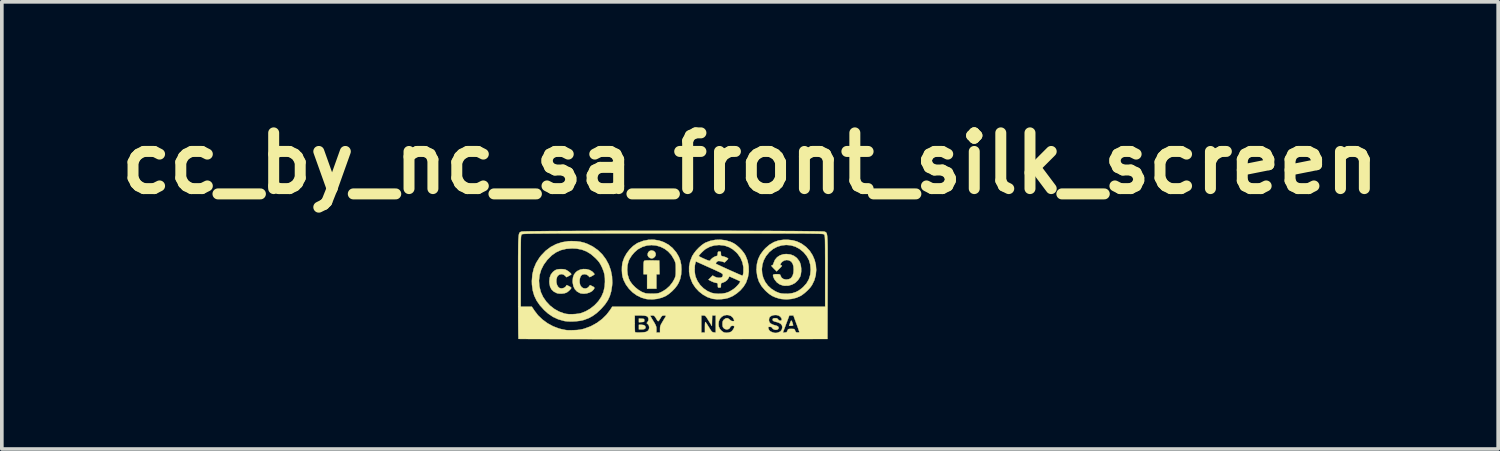
<source format=kicad_pcb>
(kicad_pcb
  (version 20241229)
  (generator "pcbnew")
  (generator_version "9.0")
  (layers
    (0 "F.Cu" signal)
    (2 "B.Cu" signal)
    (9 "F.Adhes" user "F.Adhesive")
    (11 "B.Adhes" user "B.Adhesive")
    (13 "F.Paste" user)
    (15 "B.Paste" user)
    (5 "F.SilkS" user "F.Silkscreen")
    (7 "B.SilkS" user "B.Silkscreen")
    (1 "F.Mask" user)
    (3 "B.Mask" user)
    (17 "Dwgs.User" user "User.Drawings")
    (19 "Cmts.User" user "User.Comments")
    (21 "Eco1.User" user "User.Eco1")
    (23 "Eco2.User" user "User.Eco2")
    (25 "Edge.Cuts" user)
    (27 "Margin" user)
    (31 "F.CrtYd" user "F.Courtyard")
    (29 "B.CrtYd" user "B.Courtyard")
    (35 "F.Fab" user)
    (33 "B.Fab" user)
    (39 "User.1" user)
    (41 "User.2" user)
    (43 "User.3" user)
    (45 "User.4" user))
  (footprint "cc_by_nc_sa_front_silk_screen"
    (layer "F.Cu")
    (at 15.353 4.745)
    (property "Reference" "cc_by_nc_sa_front_silk_screen" (at 2.108 -3.327 180) (layer "F.SilkS") (effects (font (size 1.524 1.524) (thickness 0.3))))
    (attr through_hole)
    (fp_poly (pts (xy -0.857 0.92) (xy -0.814 0.923) (xy -0.792 0.93) (xy -0.784 0.945) (xy -0.783 0.967) (xy -0.785 0.991) (xy -0.794 1.004) (xy -0.819 1.01) (xy -0.857 1.013) (xy -0.931 1.017) (xy -0.931 0.916) (xy -0.857 0.92)) (stroke (width 0.01) (type solid)) (fill yes) (layer "F.SilkS"))
    (fp_poly (pts (xy -0.801 1.094) (xy -0.763 1.116) (xy -0.748 1.151) (xy -0.748 1.155) (xy -0.757 1.187) (xy -0.787 1.206) (xy -0.84 1.213) (xy -0.857 1.214) (xy -0.931 1.214) (xy -0.931 1.087) (xy -0.862 1.087) (xy -0.801 1.094)) (stroke (width 0.01) (type solid)) (fill yes) (layer "F.SilkS"))
    (fp_poly (pts (xy 3.254 0.994) (xy 3.265 1.024) (xy 3.278 1.065) (xy 3.286 1.095) (xy 3.288 1.103) (xy 3.275 1.11) (xy 3.244 1.115) (xy 3.232 1.115) (xy 3.176 1.115) (xy 3.196 1.058) (xy 3.216 1.005) (xy 3.23 0.977) (xy 3.242 0.974) (xy 3.254 0.994)) (stroke (width 0.01) (type solid)) (fill yes) (layer "F.SilkS"))
    (fp_poly (pts (xy -0.532 -0.934) (xy -0.494 -0.905) (xy -0.473 -0.864) (xy -0.472 -0.818) (xy -0.494 -0.775) (xy -0.496 -0.772) (xy -0.539 -0.737) (xy -0.584 -0.728) (xy -0.629 -0.74) (xy -0.67 -0.77) (xy -0.69 -0.81) (xy -0.69 -0.855) (xy -0.674 -0.897) (xy -0.642 -0.929) (xy -0.595 -0.945) (xy -0.583 -0.945) (xy -0.532 -0.934)) (stroke (width 0.01) (type solid)) (fill yes) (layer "F.SilkS"))
    (fp_poly (pts (xy -0.57 -0.674) (xy -0.374 -0.67) (xy -0.37 -0.483) (xy -0.366 -0.296) (xy -0.452 -0.296) (xy -0.452 0.099) (xy -0.706 0.099) (xy -0.706 -0.296) (xy -0.804 -0.296) (xy -0.804 -0.471) (xy -0.803 -0.551) (xy -0.801 -0.606) (xy -0.795 -0.641) (xy -0.787 -0.659) (xy -0.785 -0.662) (xy -0.761 -0.669) (xy -0.711 -0.674) (xy -0.635 -0.675) (xy -0.57 -0.674)) (stroke (width 0.01) (type solid)) (fill yes) (layer "F.SilkS"))
    (fp_poly (pts (xy -2.364 -0.434) (xy -2.281 -0.412) (xy -2.211 -0.372) (xy -2.195 -0.357) (xy -2.166 -0.327) (xy -2.148 -0.303) (xy -2.145 -0.296) (xy -2.156 -0.283) (xy -2.186 -0.263) (xy -2.211 -0.249) (xy -2.278 -0.215) (xy -2.316 -0.256) (xy -2.363 -0.287) (xy -2.421 -0.298) (xy -2.478 -0.285) (xy -2.486 -0.281) (xy -2.518 -0.249) (xy -2.54 -0.199) (xy -2.552 -0.136) (xy -2.552 -0.071) (xy -2.539 -0.009) (xy -2.529 0.014) (xy -2.493 0.062) (xy -2.444 0.089) (xy -2.391 0.095) (xy -2.339 0.079) (xy -2.298 0.043) (xy -2.268 0.002) (xy -2.207 0.032) (xy -2.166 0.053) (xy -2.149 0.071) (xy -2.151 0.092) (xy -2.168 0.121) (xy -2.214 0.168) (xy -2.279 0.204) (xy -2.356 0.228) (xy -2.437 0.237) (xy -2.515 0.229) (xy -2.545 0.22) (xy -2.623 0.177) (xy -2.682 0.114) (xy -2.722 0.032) (xy -2.741 -0.066) (xy -2.743 -0.107) (xy -2.733 -0.206) (xy -2.705 -0.285) (xy -2.655 -0.35) (xy -2.613 -0.384) (xy -2.537 -0.421) (xy -2.452 -0.437) (xy -2.364 -0.434)) (stroke (width 0.01) (type solid)) (fill yes) (layer "F.SilkS"))
    (fp_poly (pts (xy -2.974 -0.43) (xy -2.942 -0.423) (xy -2.907 -0.406) (xy -2.866 -0.38) (xy -2.826 -0.349) (xy -2.795 -0.32) (xy -2.78 -0.298) (xy -2.78 -0.295) (xy -2.791 -0.282) (xy -2.821 -0.263) (xy -2.846 -0.249) (xy -2.913 -0.215) (xy -2.951 -0.256) (xy -2.999 -0.289) (xy -3.052 -0.299) (xy -3.104 -0.287) (xy -3.148 -0.253) (xy -3.169 -0.218) (xy -3.187 -0.15) (xy -3.188 -0.079) (xy -3.173 -0.012) (xy -3.145 0.043) (xy -3.105 0.08) (xy -3.099 0.083) (xy -3.049 0.093) (xy -2.994 0.083) (xy -2.947 0.057) (xy -2.927 0.035) (xy -2.905 0.001) (xy -2.842 0.032) (xy -2.806 0.052) (xy -2.784 0.071) (xy -2.78 0.078) (xy -2.79 0.099) (xy -2.817 0.131) (xy -2.852 0.164) (xy -2.89 0.194) (xy -2.912 0.207) (xy -2.964 0.225) (xy -3.031 0.234) (xy -3.101 0.235) (xy -3.162 0.226) (xy -3.177 0.221) (xy -3.259 0.179) (xy -3.32 0.121) (xy -3.359 0.046) (xy -3.377 -0.047) (xy -3.38 -0.099) (xy -3.37 -0.201) (xy -3.339 -0.285) (xy -3.287 -0.353) (xy -3.248 -0.386) (xy -3.208 -0.411) (xy -3.169 -0.426) (xy -3.118 -0.433) (xy -3.091 -0.435) (xy -3.03 -0.435) (xy -2.974 -0.43)) (stroke (width 0.01) (type solid)) (fill yes) (layer "F.SilkS"))
    (fp_poly (pts (xy 3.213 -0.836) (xy 3.308 -0.799) (xy 3.388 -0.74) (xy 3.452 -0.657) (xy 3.474 -0.614) (xy 3.496 -0.543) (xy 3.507 -0.457) (xy 3.507 -0.368) (xy 3.496 -0.285) (xy 3.477 -0.225) (xy 3.42 -0.134) (xy 3.345 -0.061) (xy 3.255 -0.011) (xy 3.155 0.017) (xy 3.049 0.019) (xy 3.008 0.013) (xy 2.92 -0.018) (xy 2.843 -0.072) (xy 2.783 -0.146) (xy 2.758 -0.194) (xy 2.74 -0.243) (xy 2.737 -0.274) (xy 2.754 -0.289) (xy 2.793 -0.296) (xy 2.834 -0.296) (xy 2.885 -0.296) (xy 2.915 -0.292) (xy 2.931 -0.283) (xy 2.94 -0.265) (xy 2.944 -0.252) (xy 2.972 -0.199) (xy 3.021 -0.165) (xy 3.088 -0.15) (xy 3.103 -0.15) (xy 3.176 -0.161) (xy 3.232 -0.194) (xy 3.271 -0.25) (xy 3.295 -0.328) (xy 3.302 -0.42) (xy 3.296 -0.51) (xy 3.277 -0.578) (xy 3.244 -0.629) (xy 3.23 -0.644) (xy 3.174 -0.676) (xy 3.11 -0.685) (xy 3.046 -0.672) (xy 2.99 -0.638) (xy 2.971 -0.62) (xy 2.943 -0.578) (xy 2.937 -0.55) (xy 2.955 -0.537) (xy 2.967 -0.536) (xy 2.98 -0.534) (xy 2.979 -0.524) (xy 2.963 -0.502) (xy 2.928 -0.466) (xy 2.917 -0.455) (xy 2.836 -0.374) (xy 2.755 -0.455) (xy 2.716 -0.496) (xy 2.696 -0.52) (xy 2.692 -0.533) (xy 2.703 -0.536) (xy 2.704 -0.536) (xy 2.725 -0.543) (xy 2.741 -0.567) (xy 2.752 -0.599) (xy 2.79 -0.689) (xy 2.849 -0.76) (xy 2.926 -0.811) (xy 3.019 -0.841) (xy 3.102 -0.848) (xy 3.213 -0.836)) (stroke (width 0.01) (type solid)) (fill yes) (layer "F.SilkS"))
    (fp_poly (pts (xy 3.144 -1.238) (xy 3.273 -1.223) (xy 3.386 -1.193) (xy 3.494 -1.143) (xy 3.525 -1.126) (xy 3.643 -1.039) (xy 3.741 -0.935) (xy 3.818 -0.816) (xy 3.874 -0.687) (xy 3.908 -0.551) (xy 3.918 -0.411) (xy 3.905 -0.27) (xy 3.867 -0.132) (xy 3.803 0.000219) (xy 3.802 0.002) (xy 3.751 0.072) (xy 3.682 0.146) (xy 3.605 0.216) (xy 3.527 0.275) (xy 3.495 0.295) (xy 3.377 0.348) (xy 3.244 0.38) (xy 3.106 0.392) (xy 2.968 0.382) (xy 2.898 0.367) (xy 2.801 0.337) (xy 2.718 0.3) (xy 2.641 0.25) (xy 2.561 0.183) (xy 2.516 0.139) (xy 2.421 0.027) (xy 2.351 -0.097) (xy 2.307 -0.233) (xy 2.287 -0.382) (xy 2.286 -0.432) (xy 2.286 -0.432) (xy 2.431 -0.432) (xy 2.44 -0.311) (xy 2.471 -0.194) (xy 2.524 -0.083) (xy 2.598 0.017) (xy 2.692 0.104) (xy 2.805 0.175) (xy 2.9 0.215) (xy 2.971 0.231) (xy 3.06 0.238) (xy 3.154 0.237) (xy 3.243 0.226) (xy 3.281 0.218) (xy 3.366 0.19) (xy 3.443 0.149) (xy 3.522 0.09) (xy 3.562 0.055) (xy 3.652 -0.044) (xy 3.716 -0.155) (xy 3.754 -0.279) (xy 3.767 -0.415) (xy 3.767 -0.421) (xy 3.756 -0.556) (xy 3.723 -0.676) (xy 3.664 -0.786) (xy 3.58 -0.89) (xy 3.564 -0.906) (xy 3.46 -0.99) (xy 3.346 -1.05) (xy 3.224 -1.086) (xy 3.099 -1.097) (xy 2.974 -1.084) (xy 2.852 -1.047) (xy 2.738 -0.986) (xy 2.635 -0.901) (xy 2.632 -0.898) (xy 2.544 -0.79) (xy 2.482 -0.675) (xy 2.445 -0.555) (xy 2.431 -0.432) (xy 2.286 -0.432) (xy 2.297 -0.576) (xy 2.331 -0.708) (xy 2.389 -0.83) (xy 2.474 -0.946) (xy 2.532 -1.009) (xy 2.644 -1.105) (xy 2.762 -1.174) (xy 2.889 -1.219) (xy 3.029 -1.238) (xy 3.144 -1.238)) (stroke (width 0.01) (type solid)) (fill yes) (layer "F.SilkS"))
    (fp_poly (pts (xy -0.382 -1.218) (xy -0.248 -1.172) (xy -0.123 -1.104) (xy -0.012 -1.013) (xy 0.084 -0.9) (xy 0.097 -0.882) (xy 0.159 -0.777) (xy 0.2 -0.673) (xy 0.224 -0.562) (xy 0.232 -0.436) (xy 0.232 -0.423) (xy 0.224 -0.287) (xy 0.199 -0.168) (xy 0.155 -0.06) (xy 0.116 0.008) (xy 0.054 0.089) (xy -0.025 0.17) (xy -0.111 0.243) (xy -0.188 0.295) (xy -0.301 0.345) (xy -0.428 0.378) (xy -0.563 0.392) (xy -0.697 0.386) (xy -0.734 0.381) (xy -0.863 0.344) (xy -0.987 0.284) (xy -1.101 0.202) (xy -1.201 0.102) (xy -1.285 -0.012) (xy -1.348 -0.136) (xy -1.376 -0.222) (xy -1.39 -0.302) (xy -1.396 -0.398) (xy -1.396 -0.415) (xy -1.251 -0.415) (xy -1.239 -0.291) (xy -1.205 -0.174) (xy -1.173 -0.106) (xy -1.112 -0.021) (xy -1.034 0.06) (xy -0.944 0.132) (xy -0.851 0.188) (xy -0.759 0.223) (xy -0.753 0.225) (xy -0.716 0.23) (xy -0.659 0.234) (xy -0.592 0.236) (xy -0.549 0.236) (xy -0.48 0.234) (xy -0.431 0.229) (xy -0.391 0.221) (xy -0.352 0.207) (xy -0.305 0.185) (xy -0.295 0.18) (xy -0.187 0.113) (xy -0.089 0.025) (xy -0.009 -0.078) (xy 0.032 -0.151) (xy 0.051 -0.192) (xy 0.064 -0.227) (xy 0.072 -0.262) (xy 0.076 -0.304) (xy 0.077 -0.361) (xy 0.078 -0.423) (xy 0.077 -0.497) (xy 0.076 -0.551) (xy 0.071 -0.591) (xy 0.062 -0.625) (xy 0.048 -0.661) (xy 0.026 -0.707) (xy 0.026 -0.707) (xy -0.043 -0.822) (xy -0.13 -0.917) (xy -0.231 -0.993) (xy -0.344 -1.048) (xy -0.463 -1.082) (xy -0.587 -1.093) (xy -0.712 -1.081) (xy -0.834 -1.044) (xy -0.949 -0.983) (xy -0.974 -0.965) (xy -1.055 -0.893) (xy -1.129 -0.805) (xy -1.188 -0.711) (xy -1.213 -0.655) (xy -1.243 -0.539) (xy -1.251 -0.415) (xy -1.396 -0.415) (xy -1.394 -0.498) (xy -1.384 -0.588) (xy -1.375 -0.627) (xy -1.332 -0.748) (xy -1.266 -0.866) (xy -1.184 -0.973) (xy -1.09 -1.066) (xy -0.988 -1.137) (xy -0.956 -1.154) (xy -0.813 -1.208) (xy -0.668 -1.237) (xy -0.523 -1.24) (xy -0.382 -1.218)) (stroke (width 0.01) (type solid)) (fill yes) (layer "F.SilkS"))
    (fp_poly (pts (xy -2.647 -1.197) (xy -2.531 -1.183) (xy -2.423 -1.156) (xy -2.343 -1.127) (xy -2.19 -1.051) (xy -2.052 -0.954) (xy -1.933 -0.838) (xy -1.834 -0.705) (xy -1.755 -0.559) (xy -1.699 -0.401) (xy -1.666 -0.234) (xy -1.659 -0.06) (xy -1.665 0.02) (xy -1.688 0.169) (xy -1.726 0.3) (xy -1.782 0.419) (xy -1.859 0.533) (xy -1.96 0.648) (xy -1.982 0.67) (xy -2.089 0.769) (xy -2.194 0.845) (xy -2.302 0.904) (xy -2.421 0.949) (xy -2.455 0.96) (xy -2.545 0.979) (xy -2.651 0.991) (xy -2.762 0.997) (xy -2.87 0.995) (xy -2.963 0.985) (xy -2.979 0.981) (xy -3.137 0.937) (xy -3.281 0.87) (xy -3.416 0.778) (xy -3.521 0.684) (xy -3.637 0.556) (xy -3.727 0.427) (xy -3.792 0.292) (xy -3.834 0.147) (xy -3.855 -0.011) (xy -3.858 -0.113) (xy -3.857 -0.123) (xy -3.664 -0.123) (xy -3.654 0.029) (xy -3.616 0.182) (xy -3.613 0.193) (xy -3.551 0.327) (xy -3.466 0.451) (xy -3.362 0.562) (xy -3.242 0.655) (xy -3.11 0.728) (xy -2.97 0.778) (xy -2.914 0.79) (xy -2.845 0.797) (xy -2.759 0.798) (xy -2.668 0.793) (xy -2.582 0.783) (xy -2.513 0.769) (xy -2.512 0.768) (xy -2.386 0.719) (xy -2.262 0.647) (xy -2.15 0.559) (xy -2.145 0.555) (xy -2.037 0.44) (xy -1.956 0.318) (xy -1.9 0.188) (xy -1.868 0.045) (xy -1.859 -0.085) (xy -1.861 -0.193) (xy -1.872 -0.284) (xy -1.894 -0.369) (xy -1.929 -0.459) (xy -1.951 -0.507) (xy -1.984 -0.571) (xy -2.019 -0.626) (xy -2.063 -0.679) (xy -2.122 -0.74) (xy -2.239 -0.842) (xy -2.361 -0.918) (xy -2.491 -0.968) (xy -2.634 -0.996) (xy -2.756 -1.002) (xy -2.918 -0.99) (xy -3.064 -0.955) (xy -3.196 -0.895) (xy -3.314 -0.812) (xy -3.317 -0.809) (xy -3.438 -0.687) (xy -3.534 -0.556) (xy -3.604 -0.417) (xy -3.647 -0.273) (xy -3.664 -0.123) (xy -3.857 -0.123) (xy -3.844 -0.288) (xy -3.805 -0.452) (xy -3.74 -0.606) (xy -3.648 -0.752) (xy -3.604 -0.808) (xy -3.481 -0.937) (xy -3.344 -1.04) (xy -3.195 -1.118) (xy -3.034 -1.171) (xy -2.863 -1.198) (xy -2.78 -1.201) (xy -2.647 -1.197)) (stroke (width 0.01) (type solid)) (fill yes) (layer "F.SilkS"))
    (fp_poly (pts (xy 1.444 -1.222) (xy 1.579 -1.181) (xy 1.663 -1.141) (xy 1.736 -1.091) (xy 1.813 -1.024) (xy 1.885 -0.949) (xy 1.946 -0.871) (xy 1.987 -0.803) (xy 2.042 -0.661) (xy 2.07 -0.514) (xy 2.074 -0.364) (xy 2.052 -0.218) (xy 2.004 -0.079) (xy 1.995 -0.059) (xy 1.93 0.046) (xy 1.844 0.145) (xy 1.742 0.232) (xy 1.63 0.304) (xy 1.515 0.353) (xy 1.513 0.354) (xy 1.417 0.376) (xy 1.309 0.388) (xy 1.2 0.389) (xy 1.101 0.379) (xy 1.076 0.375) (xy 0.948 0.332) (xy 0.826 0.265) (xy 0.713 0.177) (xy 0.616 0.073) (xy 0.539 -0.043) (xy 0.525 -0.072) (xy 0.469 -0.217) (xy 0.442 -0.361) (xy 0.442 -0.452) (xy 0.594 -0.452) (xy 0.596 -0.366) (xy 0.606 -0.284) (xy 0.619 -0.227) (xy 0.671 -0.108) (xy 0.745 -0.000183) (xy 0.839 0.093) (xy 0.948 0.167) (xy 1.054 0.213) (xy 1.14 0.232) (xy 1.239 0.239) (xy 1.342 0.235) (xy 1.438 0.219) (xy 1.516 0.193) (xy 1.577 0.161) (xy 1.64 0.122) (xy 1.674 0.098) (xy 1.718 0.06) (xy 1.76 0.018) (xy 1.798 -0.025) (xy 1.825 -0.062) (xy 1.839 -0.09) (xy 1.838 -0.1) (xy 1.822 -0.11) (xy 1.785 -0.128) (xy 1.734 -0.152) (xy 1.685 -0.174) (xy 1.542 -0.237) (xy 1.52 -0.19) (xy 1.482 -0.137) (xy 1.426 -0.093) (xy 1.365 -0.066) (xy 1.358 -0.064) (xy 1.33 -0.056) (xy 1.316 -0.041) (xy 1.313 -0.011) (xy 1.312 0.008) (xy 1.311 0.047) (xy 1.304 0.065) (xy 1.285 0.07) (xy 1.27 0.071) (xy 1.244 0.069) (xy 1.231 0.058) (xy 1.228 0.03) (xy 1.228 0.009) (xy 1.226 -0.03) (xy 1.218 -0.049) (xy 1.194 -0.058) (xy 1.168 -0.062) (xy 1.12 -0.075) (xy 1.066 -0.097) (xy 1.041 -0.109) (xy 0.972 -0.146) (xy 1.086 -0.26) (xy 1.141 -0.229) (xy 1.195 -0.207) (xy 1.252 -0.198) (xy 1.305 -0.201) (xy 1.343 -0.217) (xy 1.347 -0.22) (xy 1.364 -0.252) (xy 1.366 -0.28) (xy 1.363 -0.292) (xy 1.355 -0.303) (xy 1.338 -0.317) (xy 1.311 -0.334) (xy 1.27 -0.355) (xy 1.212 -0.382) (xy 1.136 -0.418) (xy 1.037 -0.462) (xy 0.995 -0.481) (xy 0.628 -0.646) (xy 0.611 -0.594) (xy 0.599 -0.532) (xy 0.594 -0.452) (xy 0.442 -0.452) (xy 0.442 -0.505) (xy 0.471 -0.649) (xy 0.524 -0.785) (xy 0.53 -0.794) (xy 0.706 -0.794) (xy 0.718 -0.785) (xy 0.751 -0.766) (xy 0.8 -0.742) (xy 0.857 -0.716) (xy 0.929 -0.685) (xy 0.978 -0.668) (xy 1.006 -0.662) (xy 1.015 -0.667) (xy 1.035 -0.697) (xy 1.072 -0.732) (xy 1.116 -0.763) (xy 1.159 -0.783) (xy 1.167 -0.786) (xy 1.201 -0.796) (xy 1.217 -0.812) (xy 1.224 -0.843) (xy 1.225 -0.858) (xy 1.229 -0.895) (xy 1.239 -0.912) (xy 1.261 -0.917) (xy 1.271 -0.917) (xy 1.297 -0.915) (xy 1.309 -0.904) (xy 1.312 -0.876) (xy 1.312 -0.856) (xy 1.314 -0.817) (xy 1.322 -0.798) (xy 1.344 -0.789) (xy 1.361 -0.786) (xy 1.401 -0.776) (xy 1.444 -0.761) (xy 1.482 -0.743) (xy 1.506 -0.728) (xy 1.51 -0.721) (xy 1.501 -0.706) (xy 1.477 -0.68) (xy 1.462 -0.665) (xy 1.414 -0.619) (xy 1.347 -0.642) (xy 1.295 -0.654) (xy 1.25 -0.657) (xy 1.239 -0.656) (xy 1.208 -0.641) (xy 1.184 -0.618) (xy 1.174 -0.594) (xy 1.178 -0.581) (xy 1.193 -0.572) (xy 1.23 -0.554) (xy 1.285 -0.529) (xy 1.353 -0.497) (xy 1.43 -0.462) (xy 1.513 -0.424) (xy 1.597 -0.386) (xy 1.679 -0.35) (xy 1.753 -0.317) (xy 1.817 -0.289) (xy 1.865 -0.269) (xy 1.894 -0.257) (xy 1.9 -0.255) (xy 1.911 -0.268) (xy 1.921 -0.305) (xy 1.927 -0.347) (xy 1.928 -0.485) (xy 1.902 -0.616) (xy 1.85 -0.74) (xy 1.772 -0.852) (xy 1.732 -0.895) (xy 1.638 -0.976) (xy 1.54 -1.034) (xy 1.429 -1.073) (xy 1.392 -1.082) (xy 1.264 -1.095) (xy 1.136 -1.084) (xy 1.013 -1.049) (xy 0.902 -0.991) (xy 0.896 -0.987) (xy 0.862 -0.961) (xy 0.822 -0.925) (xy 0.78 -0.885) (xy 0.744 -0.846) (xy 0.717 -0.814) (xy 0.706 -0.795) (xy 0.706 -0.794) (xy 0.53 -0.794) (xy 0.572 -0.863) (xy 0.636 -0.946) (xy 0.712 -1.025) (xy 0.792 -1.095) (xy 0.869 -1.147) (xy 0.885 -1.156) (xy 1.017 -1.207) (xy 1.157 -1.235) (xy 1.301 -1.24) (xy 1.444 -1.222)) (stroke (width 0.01) (type solid)) (fill yes) (layer "F.SilkS"))
    (fp_poly (pts (xy 0.386 -1.484) (xy 0.682 -1.484) (xy 0.974 -1.484) (xy 1.261 -1.483) (xy 1.543 -1.483) (xy 1.817 -1.482) (xy 2.083 -1.481) (xy 2.339 -1.48) (xy 2.584 -1.48) (xy 2.816 -1.478) (xy 3.034 -1.477) (xy 3.236 -1.476) (xy 3.422 -1.475) (xy 3.59 -1.473) (xy 3.738 -1.471) (xy 3.865 -1.47) (xy 3.97 -1.468) (xy 4.051 -1.466) (xy 4.108 -1.464) (xy 4.138 -1.462) (xy 4.143 -1.461) (xy 4.157 -1.455) (xy 4.17 -1.45) (xy 4.181 -1.443) (xy 4.191 -1.434) (xy 4.2 -1.42) (xy 4.207 -1.4) (xy 4.213 -1.373) (xy 4.218 -1.336) (xy 4.222 -1.288) (xy 4.226 -1.227) (xy 4.228 -1.152) (xy 4.23 -1.062) (xy 4.231 -0.954) (xy 4.231 -0.827) (xy 4.232 -0.679) (xy 4.231 -0.509) (xy 4.231 -0.315) (xy 4.23 -0.096) (xy 4.23 0.067) (xy 4.226 1.475) (xy 0.006 1.478) (xy -0.337 1.478) (xy -0.673 1.479) (xy -1.001 1.479) (xy -1.319 1.479) (xy -1.627 1.479) (xy -1.923 1.479) (xy -2.206 1.479) (xy -2.475 1.478) (xy -2.729 1.478) (xy -2.967 1.478) (xy -3.188 1.478) (xy -3.391 1.477) (xy -3.574 1.477) (xy -3.737 1.476) (xy -3.879 1.476) (xy -3.997 1.475) (xy -4.092 1.474) (xy -4.162 1.474) (xy -4.207 1.473) (xy -4.224 1.472) (xy -4.224 1.472) (xy -4.225 1.457) (xy -4.226 1.416) (xy -4.228 1.35) (xy -4.229 1.261) (xy -4.23 1.153) (xy -4.231 1.025) (xy -4.232 0.88) (xy -4.232 0.721) (xy -4.233 0.549) (xy -4.233 0.366) (xy -4.233 0.173) (xy -4.233 0.053) (xy -4.233 -0.183) (xy -4.233 -0.393) (xy -4.233 -0.402) (xy -4.163 -0.402) (xy -4.163 0.593) (xy -3.859 0.593) (xy -3.788 0.7) (xy -3.689 0.829) (xy -3.567 0.945) (xy -3.429 1.046) (xy -3.278 1.128) (xy -3.121 1.188) (xy -3.055 1.205) (xy -2.99 1.219) (xy -2.94 1.229) (xy -2.897 1.235) (xy -2.853 1.237) (xy -2.798 1.237) (xy -2.724 1.235) (xy -2.716 1.235) (xy -2.621 1.23) (xy -2.543 1.221) (xy -2.471 1.206) (xy -2.423 1.193) (xy -2.247 1.128) (xy -2.085 1.04) (xy -1.939 0.932) (xy -1.838 0.833) (xy -1.044 0.833) (xy -1.044 1.056) (xy -1.044 1.133) (xy -1.042 1.199) (xy -1.04 1.251) (xy -1.037 1.282) (xy -1.035 1.289) (xy -1.014 1.295) (xy -0.973 1.298) (xy -0.919 1.299) (xy -0.86 1.296) (xy -0.803 1.292) (xy -0.755 1.286) (xy -0.727 1.278) (xy -0.68 1.248) (xy -0.655 1.204) (xy -0.649 1.153) (xy -0.661 1.101) (xy -0.684 1.073) (xy -0.718 1.041) (xy -0.689 1.002) (xy -0.669 0.962) (xy -0.67 0.919) (xy -0.682 0.884) (xy -0.702 0.86) (xy -0.734 0.845) (xy -0.768 0.839) (xy -0.621 0.839) (xy -0.614 0.853) (xy -0.595 0.886) (xy -0.568 0.933) (xy -0.536 0.986) (xy -0.499 1.047) (xy -0.475 1.093) (xy -0.461 1.128) (xy -0.454 1.16) (xy -0.452 1.195) (xy -0.452 1.212) (xy -0.452 1.298) (xy -0.353 1.298) (xy -0.353 1.207) (xy -0.352 1.165) (xy -0.347 1.131) (xy -0.336 1.097) (xy -0.316 1.057) (xy -0.284 1.003) (xy -0.274 0.985) (xy -0.241 0.93) (xy -0.213 0.885) (xy -0.195 0.854) (xy -0.188 0.843) (xy -0.196 0.837) (xy -0.225 0.833) (xy -0.239 0.833) (xy 0.776 0.833) (xy 0.776 1.298) (xy 0.875 1.298) (xy 0.875 1.147) (xy 0.876 1.077) (xy 0.879 1.033) (xy 0.884 1.012) (xy 0.89 1.012) (xy 0.904 1.029) (xy 0.928 1.066) (xy 0.959 1.115) (xy 0.987 1.159) (xy 1.023 1.217) (xy 1.049 1.256) (xy 1.07 1.278) (xy 1.088 1.29) (xy 1.11 1.295) (xy 1.119 1.296) (xy 1.171 1.3) (xy 1.171 1.064) (xy 1.245 1.064) (xy 1.255 1.139) (xy 1.282 1.197) (xy 1.327 1.25) (xy 1.38 1.288) (xy 1.404 1.298) (xy 1.46 1.306) (xy 1.523 1.3) (xy 1.578 1.283) (xy 1.592 1.276) (xy 1.624 1.246) (xy 1.654 1.204) (xy 1.674 1.163) (xy 1.676 1.153) (xy 2.605 1.153) (xy 2.608 1.176) (xy 2.611 1.188) (xy 2.63 1.234) (xy 2.66 1.264) (xy 2.709 1.288) (xy 2.718 1.291) (xy 2.774 1.308) (xy 2.822 1.31) (xy 2.877 1.299) (xy 2.879 1.298) (xy 3.006 1.298) (xy 3.059 1.298) (xy 3.096 1.295) (xy 3.116 1.281) (xy 3.131 1.249) (xy 3.142 1.222) (xy 3.155 1.207) (xy 3.178 1.201) (xy 3.219 1.199) (xy 3.237 1.199) (xy 3.285 1.2) (xy 3.313 1.204) (xy 3.328 1.216) (xy 3.339 1.239) (xy 3.342 1.249) (xy 3.358 1.282) (xy 3.379 1.296) (xy 3.409 1.298) (xy 3.441 1.296) (xy 3.457 1.289) (xy 3.458 1.288) (xy 3.453 1.271) (xy 3.44 1.233) (xy 3.421 1.178) (xy 3.397 1.11) (xy 3.376 1.055) (xy 3.295 0.833) (xy 3.239 0.833) (xy 3.182 0.833) (xy 3.12 0.999) (xy 3.093 1.069) (xy 3.068 1.138) (xy 3.046 1.195) (xy 3.032 1.231) (xy 3.006 1.298) (xy 2.879 1.298) (xy 2.882 1.298) (xy 2.939 1.269) (xy 2.977 1.221) (xy 2.991 1.16) (xy 2.992 1.155) (xy 2.98 1.099) (xy 2.944 1.057) (xy 2.884 1.026) (xy 2.846 1.015) (xy 2.785 0.999) (xy 2.748 0.984) (xy 2.729 0.966) (xy 2.726 0.944) (xy 2.726 0.941) (xy 2.734 0.92) (xy 2.756 0.91) (xy 2.79 0.906) (xy 2.83 0.906) (xy 2.855 0.916) (xy 2.872 0.938) (xy 2.9 0.964) (xy 2.932 0.975) (xy 2.96 0.971) (xy 2.976 0.951) (xy 2.977 0.941) (xy 2.965 0.902) (xy 2.934 0.863) (xy 2.891 0.835) (xy 2.883 0.832) (xy 2.823 0.819) (xy 2.76 0.822) (xy 2.701 0.838) (xy 2.656 0.866) (xy 2.639 0.888) (xy 2.629 0.921) (xy 2.625 0.963) (xy 2.625 0.964) (xy 2.638 1.015) (xy 2.677 1.056) (xy 2.742 1.087) (xy 2.784 1.099) (xy 2.844 1.117) (xy 2.879 1.139) (xy 2.891 1.167) (xy 2.89 1.181) (xy 2.873 1.208) (xy 2.839 1.223) (xy 2.797 1.224) (xy 2.757 1.212) (xy 2.725 1.189) (xy 2.717 1.175) (xy 2.699 1.152) (xy 2.668 1.144) (xy 2.651 1.143) (xy 2.617 1.144) (xy 2.605 1.153) (xy 1.676 1.153) (xy 1.679 1.139) (xy 1.668 1.121) (xy 1.641 1.113) (xy 1.61 1.116) (xy 1.583 1.129) (xy 1.573 1.143) (xy 1.547 1.186) (xy 1.506 1.21) (xy 1.458 1.214) (xy 1.41 1.196) (xy 1.389 1.179) (xy 1.368 1.152) (xy 1.358 1.12) (xy 1.355 1.072) (xy 1.355 1.065) (xy 1.357 1.016) (xy 1.366 0.983) (xy 1.385 0.955) (xy 1.396 0.944) (xy 1.443 0.911) (xy 1.489 0.905) (xy 1.534 0.928) (xy 1.552 0.945) (xy 1.594 0.979) (xy 1.636 0.988) (xy 1.667 0.985) (xy 1.675 0.974) (xy 1.672 0.956) (xy 1.639 0.891) (xy 1.587 0.846) (xy 1.518 0.822) (xy 1.472 0.818) (xy 1.398 0.831) (xy 1.335 0.867) (xy 1.287 0.92) (xy 1.256 0.988) (xy 1.245 1.064) (xy 1.171 1.064) (xy 1.171 0.833) (xy 1.073 0.833) (xy 1.069 0.976) (xy 1.065 1.119) (xy 0.976 0.976) (xy 0.938 0.915) (xy 0.911 0.875) (xy 0.891 0.85) (xy 0.873 0.838) (xy 0.854 0.833) (xy 0.832 0.833) (xy 0.776 0.833) (xy -0.239 0.833) (xy -0.274 0.835) (xy -0.298 0.845) (xy -0.319 0.87) (xy -0.335 0.897) (xy -0.367 0.95) (xy -0.389 0.981) (xy -0.405 0.989) (xy -0.421 0.976) (xy -0.443 0.944) (xy -0.457 0.919) (xy -0.486 0.874) (xy -0.507 0.848) (xy -0.527 0.836) (xy -0.553 0.833) (xy -0.565 0.833) (xy -0.6 0.834) (xy -0.62 0.838) (xy -0.621 0.839) (xy -0.768 0.839) (xy -0.785 0.836) (xy -0.857 0.833) (xy -0.892 0.833) (xy -1.044 0.833) (xy -1.838 0.833) (xy -1.812 0.806) (xy -1.722 0.688) (xy -1.66 0.593) (xy 4.163 0.593) (xy 4.163 -0.381) (xy 4.163 -0.57) (xy 4.163 -0.733) (xy 4.162 -0.872) (xy 4.162 -0.989) (xy 4.161 -1.086) (xy 4.16 -1.164) (xy 4.159 -1.227) (xy 4.157 -1.275) (xy 4.155 -1.311) (xy 4.152 -1.338) (xy 4.149 -1.356) (xy 4.145 -1.368) (xy 4.141 -1.376) (xy 4.135 -1.382) (xy 4.135 -1.383) (xy 4.132 -1.386) (xy 4.128 -1.388) (xy 4.122 -1.391) (xy 4.113 -1.393) (xy 4.101 -1.395) (xy 4.084 -1.397) (xy 4.061 -1.399) (xy 4.032 -1.4) (xy 3.994 -1.402) (xy 3.949 -1.403) (xy 3.894 -1.404) (xy 3.828 -1.405) (xy 3.751 -1.406) (xy 3.661 -1.407) (xy 3.558 -1.408) (xy 3.44 -1.408) (xy 3.307 -1.409) (xy 3.158 -1.409) (xy 2.992 -1.41) (xy 2.808 -1.41) (xy 2.604 -1.41) (xy 2.38 -1.411) (xy 2.135 -1.411) (xy 1.868 -1.411) (xy 1.578 -1.411) (xy 1.264 -1.411) (xy 0.925 -1.411) (xy 0.56 -1.411) (xy 0.169 -1.411) (xy 0 -1.411) (xy -0.403 -1.411) (xy -0.779 -1.411) (xy -1.128 -1.411) (xy -1.452 -1.411) (xy -1.752 -1.411) (xy -2.028 -1.411) (xy -2.282 -1.411) (xy -2.515 -1.411) (xy -2.726 -1.41) (xy -2.919 -1.41) (xy -3.092 -1.41) (xy -3.248 -1.409) (xy -3.388 -1.409) (xy -3.511 -1.408) (xy -3.62 -1.407) (xy -3.715 -1.407) (xy -3.797 -1.406) (xy -3.868 -1.405) (xy -3.927 -1.403) (xy -3.977 -1.402) (xy -4.017 -1.401) (xy -4.05 -1.399) (xy -4.075 -1.398) (xy -4.095 -1.396) (xy -4.109 -1.394) (xy -4.119 -1.392) (xy -4.126 -1.389) (xy -4.13 -1.387) (xy -4.133 -1.384) (xy -4.135 -1.383) (xy -4.14 -1.377) (xy -4.145 -1.369) (xy -4.149 -1.357) (xy -4.152 -1.34) (xy -4.155 -1.315) (xy -4.157 -1.279) (xy -4.159 -1.232) (xy -4.16 -1.172) (xy -4.161 -1.095) (xy -4.162 -1) (xy -4.162 -0.885) (xy -4.163 -0.749) (xy -4.163 -0.588) (xy -4.163 -0.402) (xy -4.233 -0.402) (xy -4.233 -0.578) (xy -4.233 -0.739) (xy -4.232 -0.879) (xy -4.231 -0.998) (xy -4.23 -1.1) (xy -4.228 -1.184) (xy -4.225 -1.253) (xy -4.221 -1.308) (xy -4.217 -1.352) (xy -4.212 -1.385) (xy -4.205 -1.409) (xy -4.197 -1.427) (xy -4.188 -1.439) (xy -4.178 -1.446) (xy -4.166 -1.452) (xy -4.152 -1.457) (xy -4.141 -1.462) (xy -4.122 -1.464) (xy -4.076 -1.466) (xy -4.004 -1.468) (xy -3.909 -1.47) (xy -3.79 -1.471) (xy -3.65 -1.473) (xy -3.49 -1.475) (xy -3.312 -1.476) (xy -3.116 -1.477) (xy -2.904 -1.478) (xy -2.678 -1.479) (xy -2.438 -1.48) (xy -2.186 -1.481) (xy -1.924 -1.482) (xy -1.653 -1.483) (xy -1.374 -1.483) (xy -1.089 -1.484) (xy -0.798 -1.484) (xy -0.504 -1.484) (xy -0.208 -1.484) (xy 0.089 -1.484) (xy 0.386 -1.484)) (stroke (width 0.01) (type solid)) (fill yes) (layer "F.SilkS")))
  (gr_rect
    (start -3 -3)
    (end 37.921 9.229)
    (stroke (width 0.1) (type default))
    (fill no)
    (layer "Edge.Cuts")))
</source>
